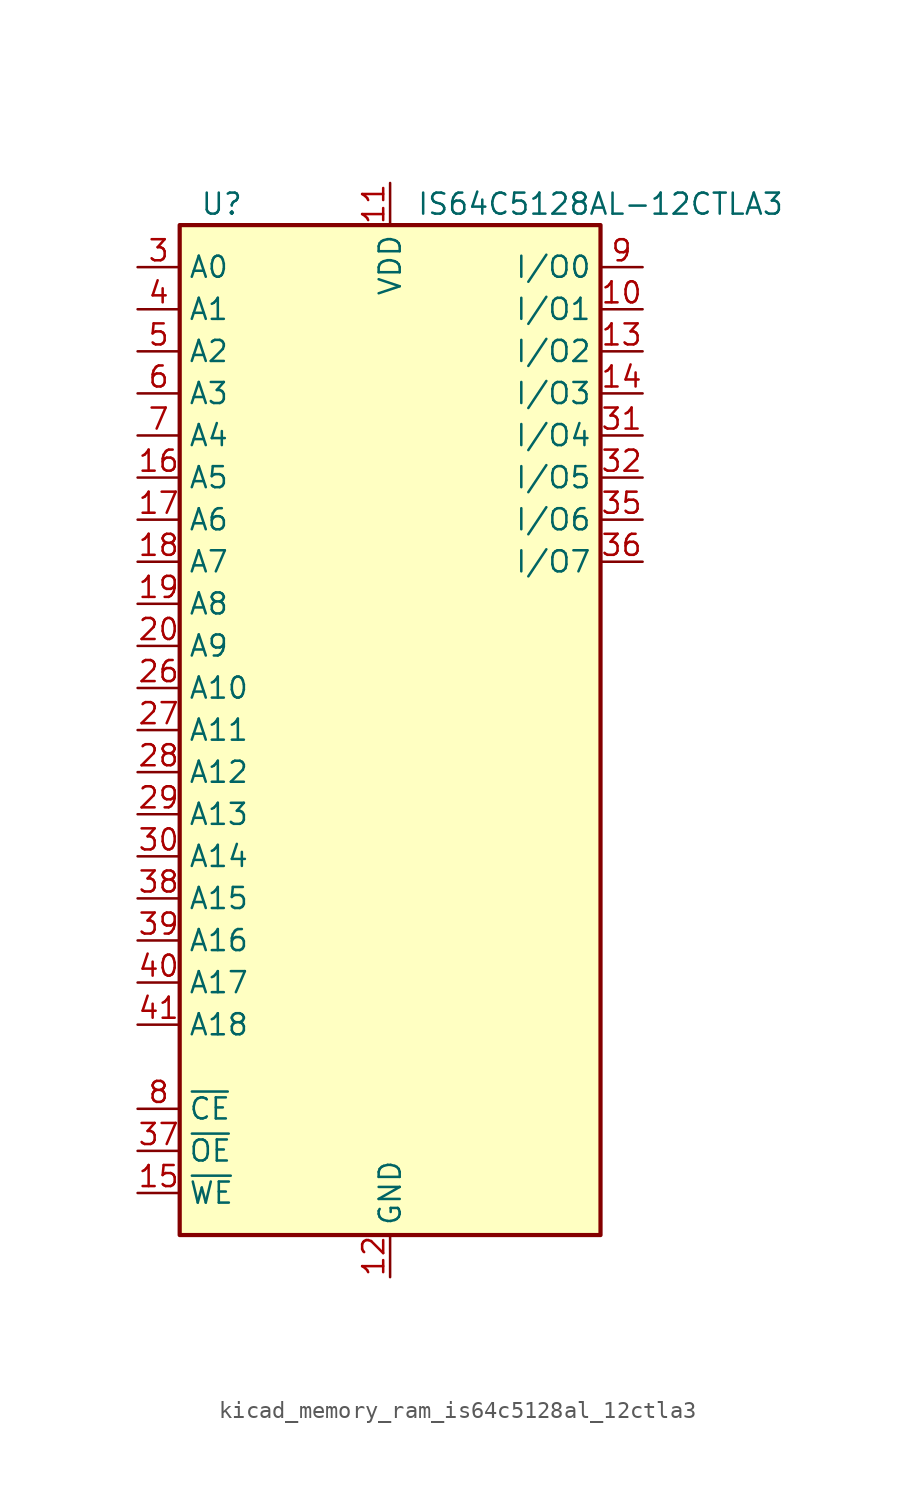
<source format=kicad_sym>
(kicad_symbol_lib
  (version 20220914)
  (generator kicad_symbol_editor)
  (symbol "kicad_memory_ram_is64c5128al_12ctla3"
    (property "Reference" "U"
      (at -10.16 31.75 0)
      (effects (font (size 1.27 1.27))))
    (property "Value" "IS64C5128AL-12CTLA3"
      (at 12.7 31.75 0)
      (effects (font (size 1.27 1.27))))
    (symbol "kicad_memory_ram_is64c5128al_12ctla3_0_1"
      (rectangle (start -12.7 30.48) (end 12.7 -30.48) (stroke (width 0.254) (type default)) (fill (type background))))
    (symbol "kicad_memory_ram_is64c5128al_12ctla3_1_1"
      (pin no_connect line (at 12.7 -27.94 180) (length 2.54) hide (name "NC" (effects (font (size 1.27 1.27)))) (number "1" (effects (font (size 1.27 1.27)))))
      (pin bidirectional line (at 15.24 25.4 180) (length 2.54) (name "I/O1" (effects (font (size 1.27 1.27)))) (number "10" (effects (font (size 1.27 1.27)))))
      (pin power_in line (at 0 33.02 270) (length 2.54) (name "VDD" (effects (font (size 1.27 1.27)))) (number "11" (effects (font (size 1.27 1.27)))))
      (pin power_in line (at 0 -33.02 90) (length 2.54) (name "GND" (effects (font (size 1.27 1.27)))) (number "12" (effects (font (size 1.27 1.27)))))
      (pin bidirectional line (at 15.24 22.86 180) (length 2.54) (name "I/O2" (effects (font (size 1.27 1.27)))) (number "13" (effects (font (size 1.27 1.27)))))
      (pin bidirectional line (at 15.24 20.32 180) (length 2.54) (name "I/O3" (effects (font (size 1.27 1.27)))) (number "14" (effects (font (size 1.27 1.27)))))
      (pin input line (at -15.24 -27.94 0) (length 2.54) (name "~{WE}" (effects (font (size 1.27 1.27)))) (number "15" (effects (font (size 1.27 1.27)))))
      (pin input line (at -15.24 15.24 0) (length 2.54) (name "A5" (effects (font (size 1.27 1.27)))) (number "16" (effects (font (size 1.27 1.27)))))
      (pin input line (at -15.24 12.7 0) (length 2.54) (name "A6" (effects (font (size 1.27 1.27)))) (number "17" (effects (font (size 1.27 1.27)))))
      (pin input line (at -15.24 10.16 0) (length 2.54) (name "A7" (effects (font (size 1.27 1.27)))) (number "18" (effects (font (size 1.27 1.27)))))
      (pin input line (at -15.24 7.62 0) (length 2.54) (name "A8" (effects (font (size 1.27 1.27)))) (number "19" (effects (font (size 1.27 1.27)))))
      (pin no_connect line (at 12.7 -25.4 180) (length 2.54) hide (name "NC" (effects (font (size 1.27 1.27)))) (number "2" (effects (font (size 1.27 1.27)))))
      (pin input line (at -15.24 5.08 0) (length 2.54) (name "A9" (effects (font (size 1.27 1.27)))) (number "20" (effects (font (size 1.27 1.27)))))
      (pin no_connect line (at 12.7 -22.86 180) (length 2.54) hide (name "NC" (effects (font (size 1.27 1.27)))) (number "21" (effects (font (size 1.27 1.27)))))
      (pin no_connect line (at 12.7 -20.32 180) (length 2.54) hide (name "NC" (effects (font (size 1.27 1.27)))) (number "22" (effects (font (size 1.27 1.27)))))
      (pin no_connect line (at 12.7 -17.78 180) (length 2.54) hide (name "NC" (effects (font (size 1.27 1.27)))) (number "23" (effects (font (size 1.27 1.27)))))
      (pin no_connect line (at 12.7 -15.24 180) (length 2.54) hide (name "NC" (effects (font (size 1.27 1.27)))) (number "24" (effects (font (size 1.27 1.27)))))
      (pin no_connect line (at 12.7 -12.7 180) (length 2.54) hide (name "NC" (effects (font (size 1.27 1.27)))) (number "25" (effects (font (size 1.27 1.27)))))
      (pin input line (at -15.24 2.54 0) (length 2.54) (name "A10" (effects (font (size 1.27 1.27)))) (number "26" (effects (font (size 1.27 1.27)))))
      (pin input line (at -15.24 0 0) (length 2.54) (name "A11" (effects (font (size 1.27 1.27)))) (number "27" (effects (font (size 1.27 1.27)))))
      (pin input line (at -15.24 -2.54 0) (length 2.54) (name "A12" (effects (font (size 1.27 1.27)))) (number "28" (effects (font (size 1.27 1.27)))))
      (pin input line (at -15.24 -5.08 0) (length 2.54) (name "A13" (effects (font (size 1.27 1.27)))) (number "29" (effects (font (size 1.27 1.27)))))
      (pin input line (at -15.24 27.94 0) (length 2.54) (name "A0" (effects (font (size 1.27 1.27)))) (number "3" (effects (font (size 1.27 1.27)))))
      (pin input line (at -15.24 -7.62 0) (length 2.54) (name "A14" (effects (font (size 1.27 1.27)))) (number "30" (effects (font (size 1.27 1.27)))))
      (pin bidirectional line (at 15.24 17.78 180) (length 2.54) (name "I/O4" (effects (font (size 1.27 1.27)))) (number "31" (effects (font (size 1.27 1.27)))))
      (pin bidirectional line (at 15.24 15.24 180) (length 2.54) (name "I/O5" (effects (font (size 1.27 1.27)))) (number "32" (effects (font (size 1.27 1.27)))))
      (pin passive line (at 0 33.02 270) (length 2.54) hide (name "VDD" (effects (font (size 1.27 1.27)))) (number "33" (effects (font (size 1.27 1.27)))))
      (pin passive line (at 0 -33.02 90) (length 2.54) hide (name "GND" (effects (font (size 1.27 1.27)))) (number "34" (effects (font (size 1.27 1.27)))))
      (pin bidirectional line (at 15.24 12.7 180) (length 2.54) (name "I/O6" (effects (font (size 1.27 1.27)))) (number "35" (effects (font (size 1.27 1.27)))))
      (pin bidirectional line (at 15.24 10.16 180) (length 2.54) (name "I/O7" (effects (font (size 1.27 1.27)))) (number "36" (effects (font (size 1.27 1.27)))))
      (pin input line (at -15.24 -25.4 0) (length 2.54) (name "~{OE}" (effects (font (size 1.27 1.27)))) (number "37" (effects (font (size 1.27 1.27)))))
      (pin input line (at -15.24 -10.16 0) (length 2.54) (name "A15" (effects (font (size 1.27 1.27)))) (number "38" (effects (font (size 1.27 1.27)))))
      (pin input line (at -15.24 -12.7 0) (length 2.54) (name "A16" (effects (font (size 1.27 1.27)))) (number "39" (effects (font (size 1.27 1.27)))))
      (pin input line (at -15.24 25.4 0) (length 2.54) (name "A1" (effects (font (size 1.27 1.27)))) (number "4" (effects (font (size 1.27 1.27)))))
      (pin input line (at -15.24 -15.24 0) (length 2.54) (name "A17" (effects (font (size 1.27 1.27)))) (number "40" (effects (font (size 1.27 1.27)))))
      (pin input line (at -15.24 -17.78 0) (length 2.54) (name "A18" (effects (font (size 1.27 1.27)))) (number "41" (effects (font (size 1.27 1.27)))))
      (pin no_connect line (at 12.7 -10.16 180) (length 2.54) hide (name "NC" (effects (font (size 1.27 1.27)))) (number "42" (effects (font (size 1.27 1.27)))))
      (pin no_connect line (at 12.7 -7.62 180) (length 2.54) hide (name "NC" (effects (font (size 1.27 1.27)))) (number "43" (effects (font (size 1.27 1.27)))))
      (pin no_connect line (at 12.7 -5.08 180) (length 2.54) hide (name "NC" (effects (font (size 1.27 1.27)))) (number "44" (effects (font (size 1.27 1.27)))))
      (pin input line (at -15.24 22.86 0) (length 2.54) (name "A2" (effects (font (size 1.27 1.27)))) (number "5" (effects (font (size 1.27 1.27)))))
      (pin input line (at -15.24 20.32 0) (length 2.54) (name "A3" (effects (font (size 1.27 1.27)))) (number "6" (effects (font (size 1.27 1.27)))))
      (pin input line (at -15.24 17.78 0) (length 2.54) (name "A4" (effects (font (size 1.27 1.27)))) (number "7" (effects (font (size 1.27 1.27)))))
      (pin input line (at -15.24 -22.86 0) (length 2.54) (name "~{CE}" (effects (font (size 1.27 1.27)))) (number "8" (effects (font (size 1.27 1.27)))))
      (pin bidirectional line (at 15.24 27.94 180) (length 2.54) (name "I/O0" (effects (font (size 1.27 1.27)))) (number "9" (effects (font (size 1.27 1.27))))))))
</source>
